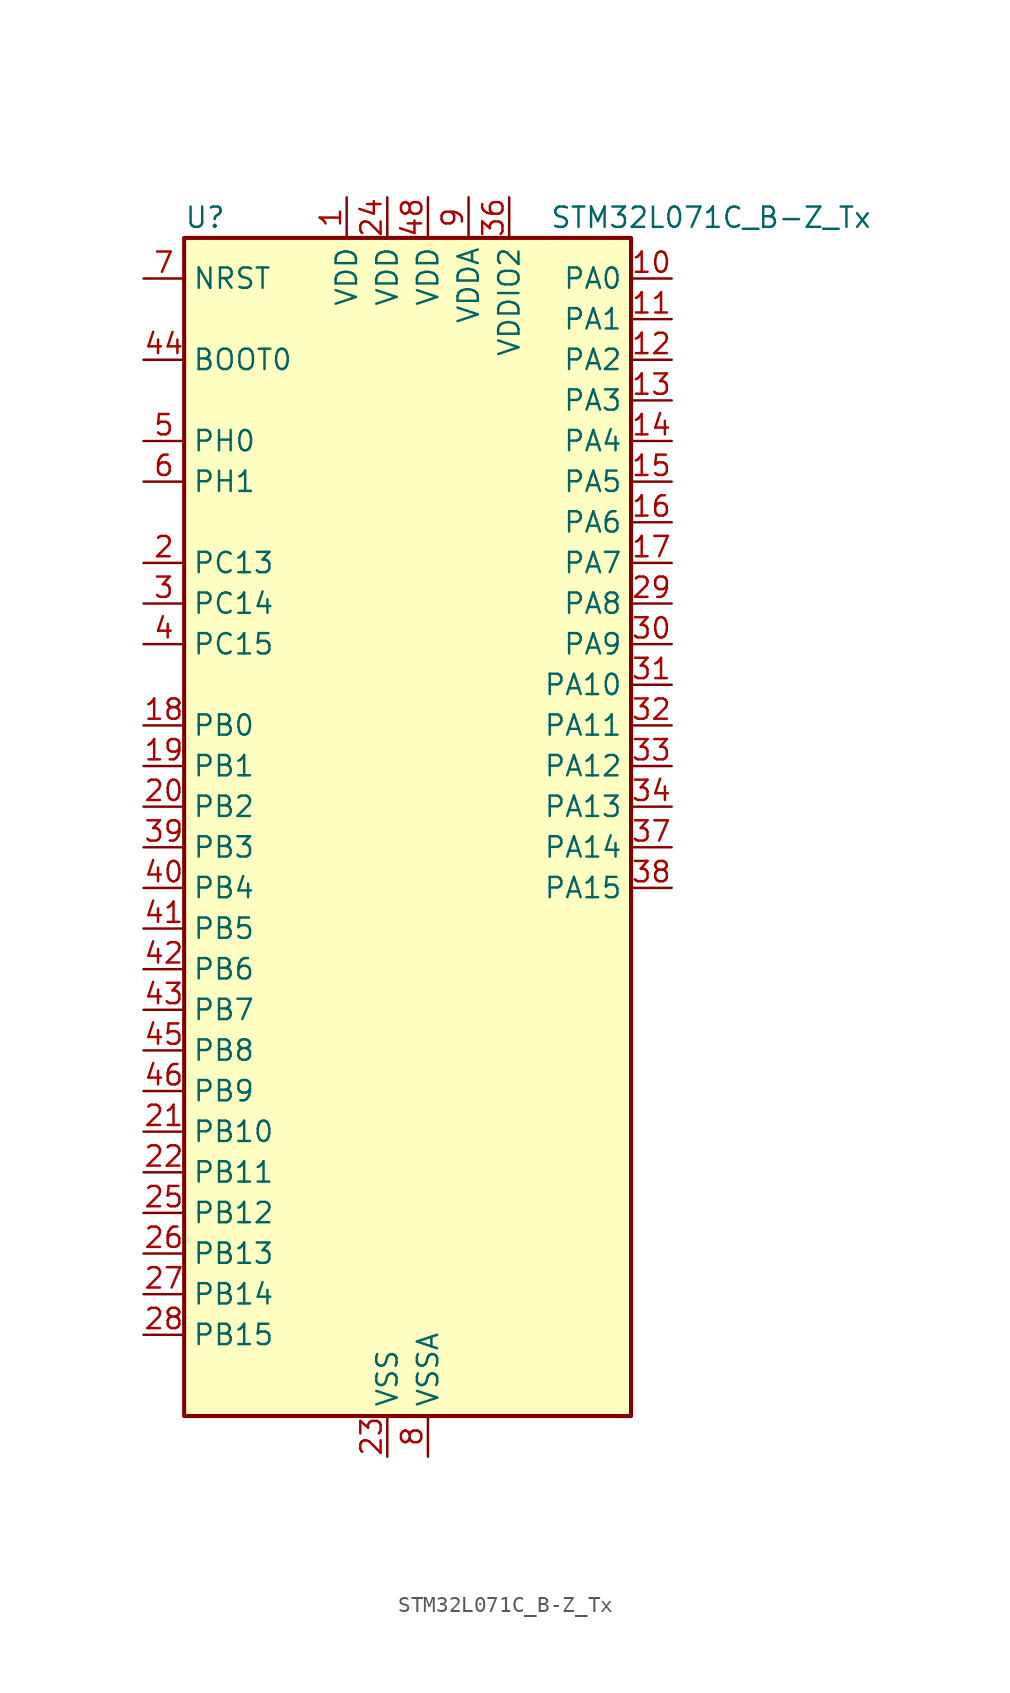
<source format=kicad_sym>
(kicad_symbol_lib
  (version 20231120)
  (generator "kicad_symbol_editor")
  (generator_version "8.0")
  (symbol "STM32L071C_B-Z_Tx"
    (property "Reference" "U"
      (at -12.7 39.37 0)
      (effects (font (size 1.27 1.27)) (justify left)))
    (property "Value" "STM32L071C_B-Z_Tx"
      (at 10.16 39.37 0)
      (effects (font (size 1.27 1.27)) (justify left)))
    (property "ki_locked" ""
      (at 0 0 0)
      (effects (font (size 1.27 1.27))))
    (symbol "STM32L071C_B-Z_Tx_0_1"
      (rectangle (start -12.7 -35.56) (end 15.24 38.1) (stroke (width 0.254) (type default)) (fill (type background))))
    (symbol "STM32L071C_B-Z_Tx_1_1"
      (pin power_in line (at -2.54 40.64 270) (length 2.54) (name "VDD" (effects (font (size 1.27 1.27)))) (number "1" (effects (font (size 1.27 1.27)))))
      (pin bidirectional line (at 17.78 35.56 180) (length 2.54) (name "PA0" (effects (font (size 1.27 1.27)))) (number "10" (effects (font (size 1.27 1.27)))) (alternate "ADC_IN0" bidirectional line) (alternate "COMP1_INM" bidirectional line) (alternate "COMP1_OUT" bidirectional line) (alternate "RTC_TAMP2" bidirectional line) (alternate "SYS_WKUP1" bidirectional line) (alternate "TIM2_CH1" bidirectional line) (alternate "TIM2_ETR" bidirectional line) (alternate "USART2_CTS" bidirectional line) (alternate "USART4_TX" bidirectional line))
      (pin bidirectional line (at 17.78 33.02 180) (length 2.54) (name "PA1" (effects (font (size 1.27 1.27)))) (number "11" (effects (font (size 1.27 1.27)))) (alternate "ADC_IN1" bidirectional line) (alternate "COMP1_INP" bidirectional line) (alternate "TIM21_ETR" bidirectional line) (alternate "TIM2_CH2" bidirectional line) (alternate "USART2_DE" bidirectional line) (alternate "USART2_RTS" bidirectional line) (alternate "USART4_RX" bidirectional line))
      (pin bidirectional line (at 17.78 30.48 180) (length 2.54) (name "PA2" (effects (font (size 1.27 1.27)))) (number "12" (effects (font (size 1.27 1.27)))) (alternate "ADC_IN2" bidirectional line) (alternate "COMP2_INM" bidirectional line) (alternate "COMP2_OUT" bidirectional line) (alternate "LPUART1_TX" bidirectional line) (alternate "TIM21_CH1" bidirectional line) (alternate "TIM2_CH3" bidirectional line) (alternate "USART2_TX" bidirectional line))
      (pin bidirectional line (at 17.78 27.94 180) (length 2.54) (name "PA3" (effects (font (size 1.27 1.27)))) (number "13" (effects (font (size 1.27 1.27)))) (alternate "ADC_IN3" bidirectional line) (alternate "COMP2_INP" bidirectional line) (alternate "LPUART1_RX" bidirectional line) (alternate "TIM21_CH2" bidirectional line) (alternate "TIM2_CH4" bidirectional line) (alternate "USART2_RX" bidirectional line))
      (pin bidirectional line (at 17.78 25.4 180) (length 2.54) (name "PA4" (effects (font (size 1.27 1.27)))) (number "14" (effects (font (size 1.27 1.27)))) (alternate "ADC_IN4" bidirectional line) (alternate "COMP1_INM" bidirectional line) (alternate "COMP2_INM" bidirectional line) (alternate "SPI1_NSS" bidirectional line) (alternate "TIM22_ETR" bidirectional line) (alternate "USART2_CK" bidirectional line))
      (pin bidirectional line (at 17.78 22.86 180) (length 2.54) (name "PA5" (effects (font (size 1.27 1.27)))) (number "15" (effects (font (size 1.27 1.27)))) (alternate "ADC_IN5" bidirectional line) (alternate "COMP1_INM" bidirectional line) (alternate "COMP2_INM" bidirectional line) (alternate "SPI1_SCK" bidirectional line) (alternate "TIM2_CH1" bidirectional line) (alternate "TIM2_ETR" bidirectional line))
      (pin bidirectional line (at 17.78 20.32 180) (length 2.54) (name "PA6" (effects (font (size 1.27 1.27)))) (number "16" (effects (font (size 1.27 1.27)))) (alternate "ADC_IN6" bidirectional line) (alternate "COMP1_OUT" bidirectional line) (alternate "LPUART1_CTS" bidirectional line) (alternate "SPI1_MISO" bidirectional line) (alternate "TIM22_CH1" bidirectional line) (alternate "TIM3_CH1" bidirectional line))
      (pin bidirectional line (at 17.78 17.78 180) (length 2.54) (name "PA7" (effects (font (size 1.27 1.27)))) (number "17" (effects (font (size 1.27 1.27)))) (alternate "ADC_IN7" bidirectional line) (alternate "COMP2_OUT" bidirectional line) (alternate "SPI1_MOSI" bidirectional line) (alternate "TIM22_CH2" bidirectional line) (alternate "TIM3_CH2" bidirectional line))
      (pin bidirectional line (at -15.24 7.62 0) (length 2.54) (name "PB0" (effects (font (size 1.27 1.27)))) (number "18" (effects (font (size 1.27 1.27)))) (alternate "ADC_IN8" bidirectional line) (alternate "SYS_VREF_OUT_PB0" bidirectional line) (alternate "TIM3_CH3" bidirectional line))
      (pin bidirectional line (at -15.24 5.08 0) (length 2.54) (name "PB1" (effects (font (size 1.27 1.27)))) (number "19" (effects (font (size 1.27 1.27)))) (alternate "ADC_IN9" bidirectional line) (alternate "LPUART1_DE" bidirectional line) (alternate "LPUART1_RTS" bidirectional line) (alternate "SYS_VREF_OUT_PB1" bidirectional line) (alternate "TIM3_CH4" bidirectional line))
      (pin bidirectional line (at -15.24 17.78 0) (length 2.54) (name "PC13" (effects (font (size 1.27 1.27)))) (number "2" (effects (font (size 1.27 1.27)))) (alternate "RTC_OUT_ALARM" bidirectional line) (alternate "RTC_OUT_CALIB" bidirectional line) (alternate "RTC_TAMP1" bidirectional line) (alternate "RTC_TS" bidirectional line) (alternate "SYS_WKUP2" bidirectional line))
      (pin bidirectional line (at -15.24 2.54 0) (length 2.54) (name "PB2" (effects (font (size 1.27 1.27)))) (number "20" (effects (font (size 1.27 1.27)))) (alternate "I2C3_SMBA" bidirectional line) (alternate "LPTIM1_OUT" bidirectional line))
      (pin bidirectional line (at -15.24 -17.78 0) (length 2.54) (name "PB10" (effects (font (size 1.27 1.27)))) (number "21" (effects (font (size 1.27 1.27)))) (alternate "I2C2_SCL" bidirectional line) (alternate "LPUART1_RX" bidirectional line) (alternate "LPUART1_TX" bidirectional line) (alternate "SPI2_SCK" bidirectional line) (alternate "TIM2_CH3" bidirectional line))
      (pin bidirectional line (at -15.24 -20.32 0) (length 2.54) (name "PB11" (effects (font (size 1.27 1.27)))) (number "22" (effects (font (size 1.27 1.27)))) (alternate "ADC_EXTI11" bidirectional line) (alternate "I2C2_SDA" bidirectional line) (alternate "LPUART1_RX" bidirectional line) (alternate "LPUART1_TX" bidirectional line) (alternate "TIM2_CH4" bidirectional line))
      (pin power_in line (at 0 -38.1 90) (length 2.54) (name "VSS" (effects (font (size 1.27 1.27)))) (number "23" (effects (font (size 1.27 1.27)))))
      (pin power_in line (at 0 40.64 270) (length 2.54) (name "VDD" (effects (font (size 1.27 1.27)))) (number "24" (effects (font (size 1.27 1.27)))))
      (pin bidirectional line (at -15.24 -22.86 0) (length 2.54) (name "PB12" (effects (font (size 1.27 1.27)))) (number "25" (effects (font (size 1.27 1.27)))) (alternate "I2S2_WS" bidirectional line) (alternate "LPUART1_DE" bidirectional line) (alternate "LPUART1_RTS" bidirectional line) (alternate "SPI2_NSS" bidirectional line))
      (pin bidirectional line (at -15.24 -25.4 0) (length 2.54) (name "PB13" (effects (font (size 1.27 1.27)))) (number "26" (effects (font (size 1.27 1.27)))) (alternate "I2C2_SCL" bidirectional line) (alternate "I2S2_CK" bidirectional line) (alternate "LPUART1_CTS" bidirectional line) (alternate "RCC_MCO" bidirectional line) (alternate "SPI2_SCK" bidirectional line) (alternate "TIM21_CH1" bidirectional line))
      (pin bidirectional line (at -15.24 -27.94 0) (length 2.54) (name "PB14" (effects (font (size 1.27 1.27)))) (number "27" (effects (font (size 1.27 1.27)))) (alternate "I2C2_SDA" bidirectional line) (alternate "I2S2_MCK" bidirectional line) (alternate "LPUART1_DE" bidirectional line) (alternate "LPUART1_RTS" bidirectional line) (alternate "RTC_OUT_ALARM" bidirectional line) (alternate "RTC_OUT_CALIB" bidirectional line) (alternate "SPI2_MISO" bidirectional line) (alternate "TIM21_CH2" bidirectional line))
      (pin bidirectional line (at -15.24 -30.48 0) (length 2.54) (name "PB15" (effects (font (size 1.27 1.27)))) (number "28" (effects (font (size 1.27 1.27)))) (alternate "I2S2_SD" bidirectional line) (alternate "RTC_REFIN" bidirectional line) (alternate "SPI2_MOSI" bidirectional line))
      (pin bidirectional line (at 17.78 15.24 180) (length 2.54) (name "PA8" (effects (font (size 1.27 1.27)))) (number "29" (effects (font (size 1.27 1.27)))) (alternate "I2C3_SCL" bidirectional line) (alternate "RCC_MCO" bidirectional line) (alternate "USART1_CK" bidirectional line))
      (pin bidirectional line (at -15.24 15.24 0) (length 2.54) (name "PC14" (effects (font (size 1.27 1.27)))) (number "3" (effects (font (size 1.27 1.27)))) (alternate "RCC_OSC32_IN" bidirectional line))
      (pin bidirectional line (at 17.78 12.7 180) (length 2.54) (name "PA9" (effects (font (size 1.27 1.27)))) (number "30" (effects (font (size 1.27 1.27)))) (alternate "I2C1_SCL" bidirectional line) (alternate "I2C3_SMBA" bidirectional line) (alternate "RCC_MCO" bidirectional line) (alternate "USART1_TX" bidirectional line))
      (pin bidirectional line (at 17.78 10.16 180) (length 2.54) (name "PA10" (effects (font (size 1.27 1.27)))) (number "31" (effects (font (size 1.27 1.27)))) (alternate "I2C1_SDA" bidirectional line) (alternate "USART1_RX" bidirectional line))
      (pin bidirectional line (at 17.78 7.62 180) (length 2.54) (name "PA11" (effects (font (size 1.27 1.27)))) (number "32" (effects (font (size 1.27 1.27)))) (alternate "ADC_EXTI11" bidirectional line) (alternate "COMP1_OUT" bidirectional line) (alternate "SPI1_MISO" bidirectional line) (alternate "USART1_CTS" bidirectional line))
      (pin bidirectional line (at 17.78 5.08 180) (length 2.54) (name "PA12" (effects (font (size 1.27 1.27)))) (number "33" (effects (font (size 1.27 1.27)))) (alternate "COMP2_OUT" bidirectional line) (alternate "SPI1_MOSI" bidirectional line) (alternate "USART1_DE" bidirectional line) (alternate "USART1_RTS" bidirectional line))
      (pin bidirectional line (at 17.78 2.54 180) (length 2.54) (name "PA13" (effects (font (size 1.27 1.27)))) (number "34" (effects (font (size 1.27 1.27)))) (alternate "LPUART1_RX" bidirectional line) (alternate "SYS_SWDIO" bidirectional line))
      (pin passive line (at 0 -38.1 90) (length 2.54) hide (name "VSS" (effects (font (size 1.27 1.27)))) (number "35" (effects (font (size 1.27 1.27)))))
      (pin power_in line (at 7.62 40.64 270) (length 2.54) (name "VDDIO2" (effects (font (size 1.27 1.27)))) (number "36" (effects (font (size 1.27 1.27)))))
      (pin bidirectional line (at 17.78 0 180) (length 2.54) (name "PA14" (effects (font (size 1.27 1.27)))) (number "37" (effects (font (size 1.27 1.27)))) (alternate "LPUART1_TX" bidirectional line) (alternate "SYS_SWCLK" bidirectional line) (alternate "USART2_TX" bidirectional line))
      (pin bidirectional line (at 17.78 -2.54 180) (length 2.54) (name "PA15" (effects (font (size 1.27 1.27)))) (number "38" (effects (font (size 1.27 1.27)))) (alternate "SPI1_NSS" bidirectional line) (alternate "TIM2_CH1" bidirectional line) (alternate "TIM2_ETR" bidirectional line) (alternate "USART2_RX" bidirectional line) (alternate "USART4_DE" bidirectional line) (alternate "USART4_RTS" bidirectional line))
      (pin bidirectional line (at -15.24 0 0) (length 2.54) (name "PB3" (effects (font (size 1.27 1.27)))) (number "39" (effects (font (size 1.27 1.27)))) (alternate "COMP2_INM" bidirectional line) (alternate "SPI1_SCK" bidirectional line) (alternate "TIM2_CH2" bidirectional line) (alternate "USART1_DE" bidirectional line) (alternate "USART1_RTS" bidirectional line) (alternate "USART5_TX" bidirectional line))
      (pin bidirectional line (at -15.24 12.7 0) (length 2.54) (name "PC15" (effects (font (size 1.27 1.27)))) (number "4" (effects (font (size 1.27 1.27)))) (alternate "RCC_OSC32_OUT" bidirectional line))
      (pin bidirectional line (at -15.24 -2.54 0) (length 2.54) (name "PB4" (effects (font (size 1.27 1.27)))) (number "40" (effects (font (size 1.27 1.27)))) (alternate "COMP2_INP" bidirectional line) (alternate "I2C3_SDA" bidirectional line) (alternate "SPI1_MISO" bidirectional line) (alternate "TIM22_CH1" bidirectional line) (alternate "TIM3_CH1" bidirectional line) (alternate "USART1_CTS" bidirectional line) (alternate "USART5_RX" bidirectional line))
      (pin bidirectional line (at -15.24 -5.08 0) (length 2.54) (name "PB5" (effects (font (size 1.27 1.27)))) (number "41" (effects (font (size 1.27 1.27)))) (alternate "COMP2_INP" bidirectional line) (alternate "I2C1_SMBA" bidirectional line) (alternate "LPTIM1_IN1" bidirectional line) (alternate "SPI1_MOSI" bidirectional line) (alternate "TIM22_CH2" bidirectional line) (alternate "TIM3_CH2" bidirectional line) (alternate "USART1_CK" bidirectional line) (alternate "USART5_CK" bidirectional line) (alternate "USART5_DE" bidirectional line) (alternate "USART5_RTS" bidirectional line))
      (pin bidirectional line (at -15.24 -7.62 0) (length 2.54) (name "PB6" (effects (font (size 1.27 1.27)))) (number "42" (effects (font (size 1.27 1.27)))) (alternate "COMP2_INP" bidirectional line) (alternate "I2C1_SCL" bidirectional line) (alternate "LPTIM1_ETR" bidirectional line) (alternate "USART1_TX" bidirectional line))
      (pin bidirectional line (at -15.24 -10.16 0) (length 2.54) (name "PB7" (effects (font (size 1.27 1.27)))) (number "43" (effects (font (size 1.27 1.27)))) (alternate "COMP2_INP" bidirectional line) (alternate "I2C1_SDA" bidirectional line) (alternate "LPTIM1_IN2" bidirectional line) (alternate "SYS_PVD_IN" bidirectional line) (alternate "USART1_RX" bidirectional line) (alternate "USART4_CTS" bidirectional line))
      (pin input line (at -15.24 30.48 0) (length 2.54) (name "BOOT0" (effects (font (size 1.27 1.27)))) (number "44" (effects (font (size 1.27 1.27)))))
      (pin bidirectional line (at -15.24 -12.7 0) (length 2.54) (name "PB8" (effects (font (size 1.27 1.27)))) (number "45" (effects (font (size 1.27 1.27)))) (alternate "I2C1_SCL" bidirectional line))
      (pin bidirectional line (at -15.24 -15.24 0) (length 2.54) (name "PB9" (effects (font (size 1.27 1.27)))) (number "46" (effects (font (size 1.27 1.27)))) (alternate "I2C1_SDA" bidirectional line) (alternate "I2S2_WS" bidirectional line) (alternate "SPI2_NSS" bidirectional line))
      (pin passive line (at 0 -38.1 90) (length 2.54) hide (name "VSS" (effects (font (size 1.27 1.27)))) (number "47" (effects (font (size 1.27 1.27)))))
      (pin power_in line (at 2.54 40.64 270) (length 2.54) (name "VDD" (effects (font (size 1.27 1.27)))) (number "48" (effects (font (size 1.27 1.27)))))
      (pin bidirectional line (at -15.24 25.4 0) (length 2.54) (name "PH0" (effects (font (size 1.27 1.27)))) (number "5" (effects (font (size 1.27 1.27)))) (alternate "RCC_OSC_IN" bidirectional line))
      (pin bidirectional line (at -15.24 22.86 0) (length 2.54) (name "PH1" (effects (font (size 1.27 1.27)))) (number "6" (effects (font (size 1.27 1.27)))) (alternate "RCC_OSC_OUT" bidirectional line))
      (pin input line (at -15.24 35.56 0) (length 2.54) (name "NRST" (effects (font (size 1.27 1.27)))) (number "7" (effects (font (size 1.27 1.27)))))
      (pin power_in line (at 2.54 -38.1 90) (length 2.54) (name "VSSA" (effects (font (size 1.27 1.27)))) (number "8" (effects (font (size 1.27 1.27)))))
      (pin power_in line (at 5.08 40.64 270) (length 2.54) (name "VDDA" (effects (font (size 1.27 1.27)))) (number "9" (effects (font (size 1.27 1.27))))))))
</source>
